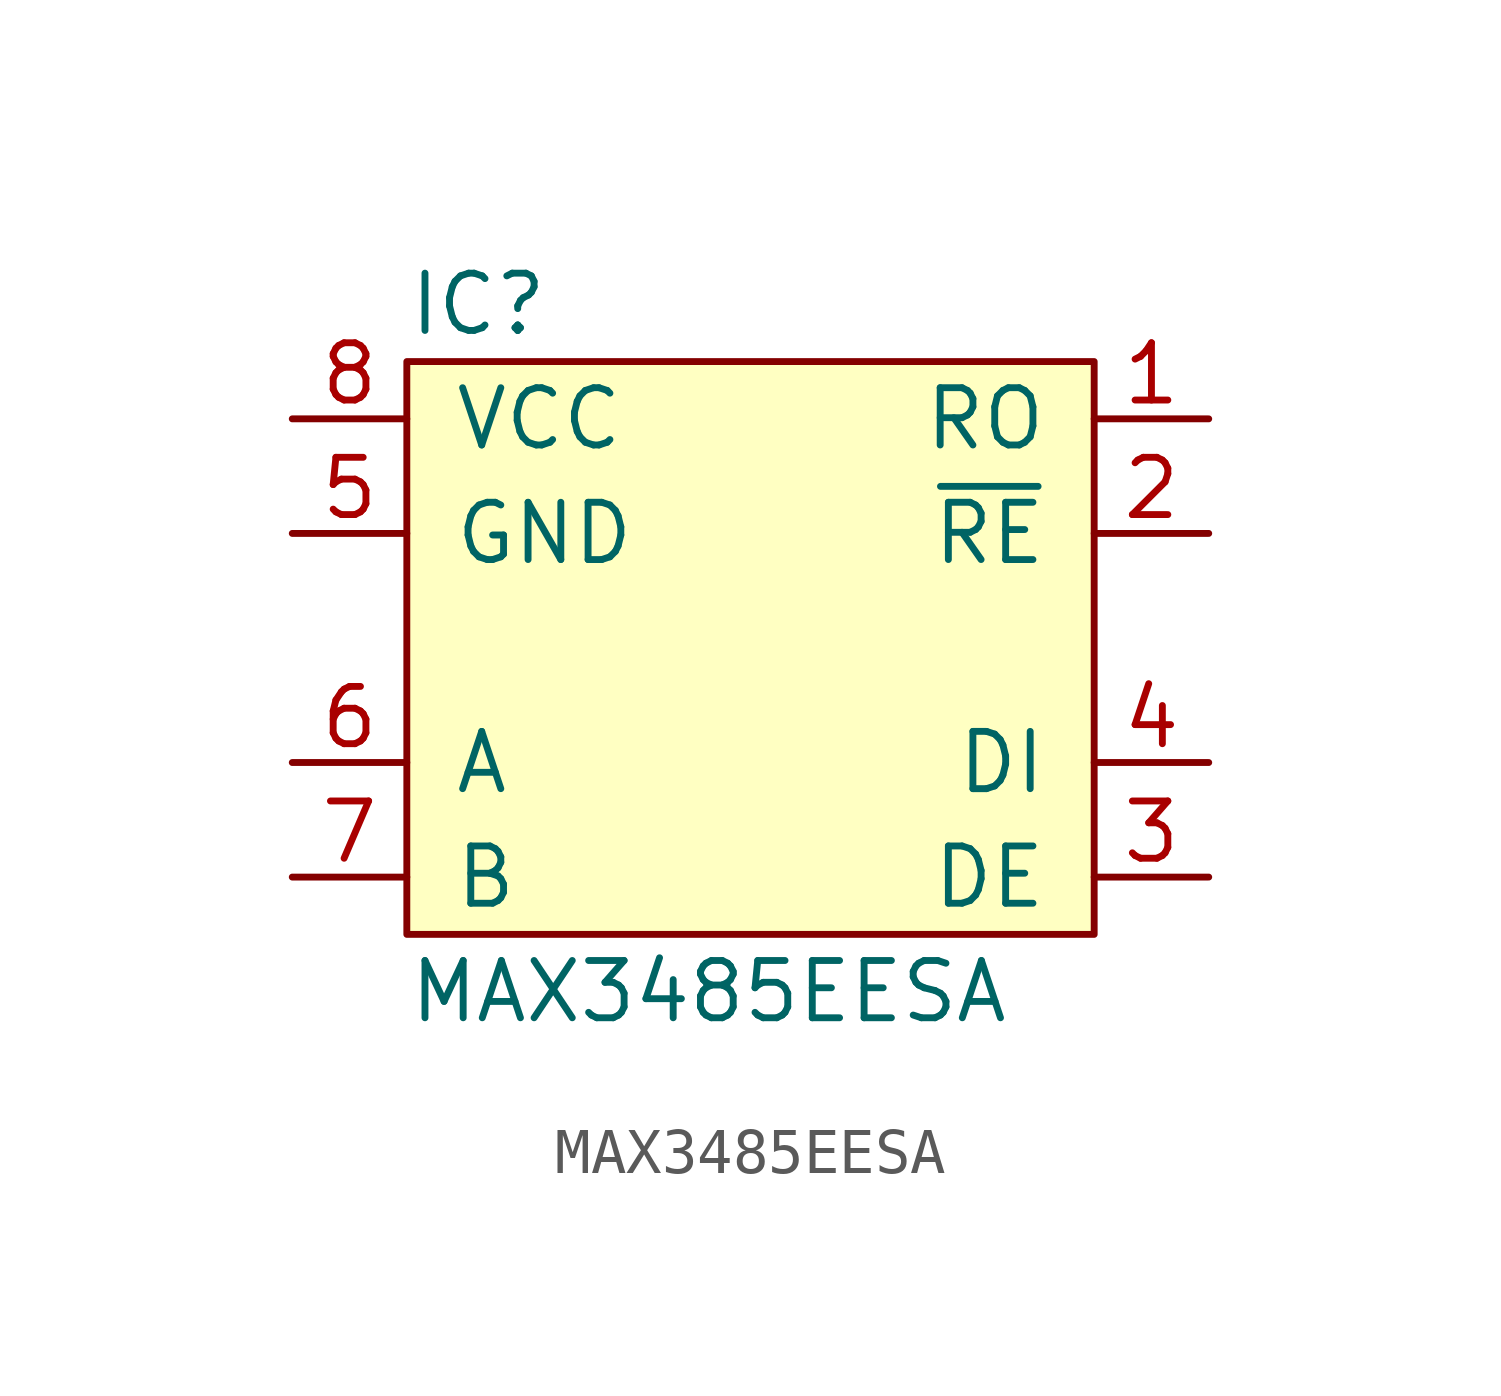
<source format=kicad_sym>
(kicad_symbol_lib
  (version 20211014)
  (generator agg_kicad.build_lib_ic)
  (symbol "MAX3485EESA"
    (pin_names
      (offset 1.016))
    (property Reference IC
      (at -7.62 7.62 0)
      (effects (font (size 1.27 1.27)) (justify left)))
    (property Value "MAX3485EESA"
      (at -7.62 -7.62 0)
      (effects (font (size 1.27 1.27)) (justify left)))
    (symbol "MAX3485EESA_0_0"
      (rectangle (start -7.62 6.35) (end 7.62 -6.35) (stroke (width 0) (type default) (color 0 0 0 0)) (fill (type background)))
      (pin power_in line (at -10.16 5.08 0) (length 2.54) (name VCC (effects (font (size 1.27 1.27)))) (number "8" (effects (font (size 1.27 1.27)))))
      (pin power_in line (at -10.16 2.54 0) (length 2.54) (name GND (effects (font (size 1.27 1.27)))) (number "5" (effects (font (size 1.27 1.27)))))
      (pin bidirectional line (at -10.16 -2.54 0) (length 2.54) (name A (effects (font (size 1.27 1.27)))) (number "6" (effects (font (size 1.27 1.27)))))
      (pin bidirectional line (at -10.16 -5.08 0) (length 2.54) (name B (effects (font (size 1.27 1.27)))) (number "7" (effects (font (size 1.27 1.27)))))
      (pin output line (at 10.16 5.08 180) (length 2.54) (name RO (effects (font (size 1.27 1.27)))) (number "1" (effects (font (size 1.27 1.27)))))
      (pin input line (at 10.16 2.54 180) (length 2.54) (name "~{RE}" (effects (font (size 1.27 1.27)))) (number "2" (effects (font (size 1.27 1.27)))))
      (pin input line (at 10.16 -2.54 180) (length 2.54) (name DI (effects (font (size 1.27 1.27)))) (number "4" (effects (font (size 1.27 1.27)))))
      (pin input line (at 10.16 -5.08 180) (length 2.54) (name DE (effects (font (size 1.27 1.27)))) (number "3" (effects (font (size 1.27 1.27))))))))
</source>
